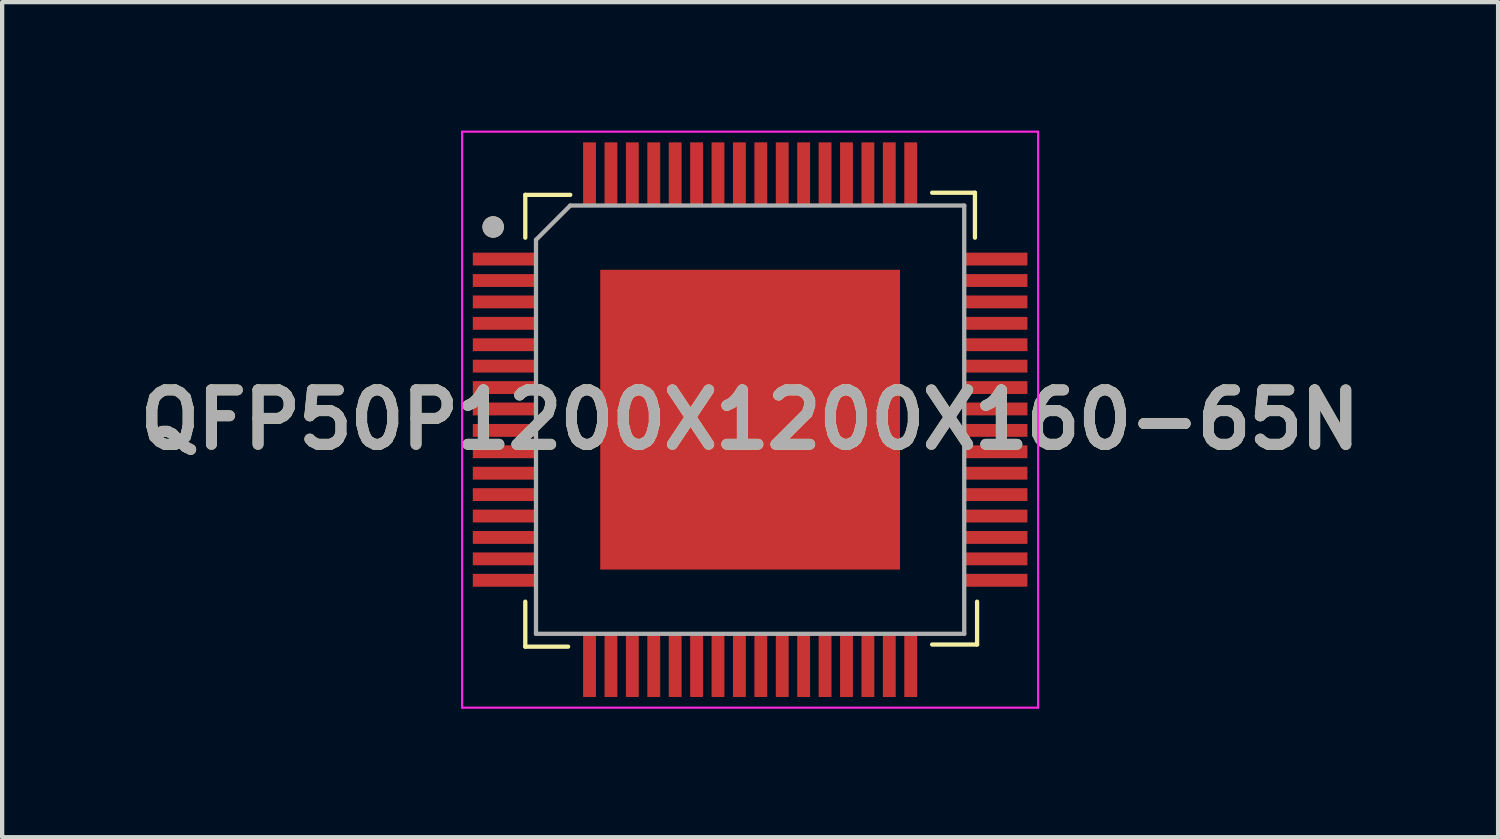
<source format=kicad_pcb>
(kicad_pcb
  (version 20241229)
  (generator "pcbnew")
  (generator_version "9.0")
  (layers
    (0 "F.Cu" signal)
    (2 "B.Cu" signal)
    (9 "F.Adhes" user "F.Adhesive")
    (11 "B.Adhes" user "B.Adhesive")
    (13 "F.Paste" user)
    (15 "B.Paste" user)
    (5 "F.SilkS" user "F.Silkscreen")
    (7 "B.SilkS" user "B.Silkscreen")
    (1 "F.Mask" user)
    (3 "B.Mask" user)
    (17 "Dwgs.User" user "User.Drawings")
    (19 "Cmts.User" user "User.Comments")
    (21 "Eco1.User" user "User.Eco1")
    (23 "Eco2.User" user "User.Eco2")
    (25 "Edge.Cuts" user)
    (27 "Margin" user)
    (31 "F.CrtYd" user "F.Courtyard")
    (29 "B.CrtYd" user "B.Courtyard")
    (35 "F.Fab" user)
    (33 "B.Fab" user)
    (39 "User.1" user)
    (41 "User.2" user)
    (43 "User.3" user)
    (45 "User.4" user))
  (footprint "QFP50P1200X1200X160-65N"
    (layer "F.Cu")
    (at 14.466 6.75)
    (property "Reference" "QFP50P1200X1200X160-65N" (at 0 0 0) (layer "F.SilkS") (effects (font (size 1.27 1.27) (thickness 0.254))))
    (attr smd)
    (fp_line (start -5.25 -5.25) (end -4.2 -5.25) (stroke (width 0.1) (type default)) (layer "F.SilkS"))
    (fp_line (start -5.25 -4.25) (end -5.25 -5.25) (stroke (width 0.1) (type default)) (layer "F.SilkS"))
    (fp_line (start -5.25 5.3) (end -5.25 4.25) (stroke (width 0.1) (type default)) (layer "F.SilkS"))
    (fp_line (start -4.25 5.3) (end -5.25 5.3) (stroke (width 0.1) (type default)) (layer "F.SilkS"))
    (fp_line (start 4.25 -5.3) (end 5.25 -5.3) (stroke (width 0.1) (type default)) (layer "F.SilkS"))
    (fp_line (start 5.25 -5.3) (end 5.25 -4.25) (stroke (width 0.1) (type default)) (layer "F.SilkS"))
    (fp_line (start 5.3 4.25) (end 5.3 5.25) (stroke (width 0.1) (type default)) (layer "F.SilkS"))
    (fp_line (start 5.3 5.25) (end 4.25 5.25) (stroke (width 0.1) (type default)) (layer "F.SilkS"))
    (fp_circle (center -6 -4.5) (end -6 -4.375) (stroke (width 0.25) (type solid)) (fill no) (layer "F.SilkS"))
    (fp_line (start -6.725 -6.725) (end 6.725 -6.725) (stroke (width 0.05) (type solid)) (layer "F.CrtYd"))
    (fp_line (start -6.725 6.725) (end -6.725 -6.725) (stroke (width 0.05) (type solid)) (layer "F.CrtYd"))
    (fp_line (start 6.725 -6.725) (end 6.725 6.725) (stroke (width 0.05) (type solid)) (layer "F.CrtYd"))
    (fp_line (start 6.725 6.725) (end -6.725 6.725) (stroke (width 0.05) (type solid)) (layer "F.CrtYd"))
    (fp_line (start -5 -4.2) (end -4.2 -5) (stroke (width 0.1) (type solid)) (layer "F.Fab"))
    (fp_line (start -5 5) (end -5 -4.2) (stroke (width 0.1) (type solid)) (layer "F.Fab"))
    (fp_line (start -4.2 -5) (end 5 -5) (stroke (width 0.1) (type solid)) (layer "F.Fab"))
    (fp_line (start 5 -5) (end 5 5) (stroke (width 0.1) (type solid)) (layer "F.Fab"))
    (fp_line (start 5 5) (end -5 5) (stroke (width 0.1) (type solid)) (layer "F.Fab"))
    (fp_circle (center -6 -4.5) (end -5.875 -4.5) (stroke (width 0.25) (type solid)) (fill no) (layer "F.Fab"))
    (fp_text user "${REFERENCE}" (at 0 0 0) (layer "F.Fab") (effects (font (size 1.27 1.27) (thickness 0.254))))
    (pad "1" smd rect (at -5.738 -3.75 90) (size 0.3 1.475) (layers "F.Cu" "F.Mask" "F.Paste"))
    (pad "2" smd rect (at -5.738 -3.25 90) (size 0.3 1.475) (layers "F.Cu" "F.Mask" "F.Paste"))
    (pad "3" smd rect (at -5.738 -2.75 90) (size 0.3 1.475) (layers "F.Cu" "F.Mask" "F.Paste"))
    (pad "4" smd rect (at -5.738 -2.25 90) (size 0.3 1.475) (layers "F.Cu" "F.Mask" "F.Paste"))
    (pad "5" smd rect (at -5.738 -1.75 90) (size 0.3 1.475) (layers "F.Cu" "F.Mask" "F.Paste"))
    (pad "6" smd rect (at -5.738 -1.25 90) (size 0.3 1.475) (layers "F.Cu" "F.Mask" "F.Paste"))
    (pad "7" smd rect (at -5.738 -0.75 90) (size 0.3 1.475) (layers "F.Cu" "F.Mask" "F.Paste"))
    (pad "8" smd rect (at -5.738 -0.25 90) (size 0.3 1.475) (layers "F.Cu" "F.Mask" "F.Paste"))
    (pad "9" smd rect (at -5.738 0.25 90) (size 0.3 1.475) (layers "F.Cu" "F.Mask" "F.Paste"))
    (pad "10" smd rect (at -5.738 0.75 90) (size 0.3 1.475) (layers "F.Cu" "F.Mask" "F.Paste"))
    (pad "11" smd rect (at -5.738 1.25 90) (size 0.3 1.475) (layers "F.Cu" "F.Mask" "F.Paste"))
    (pad "12" smd rect (at -5.738 1.75 90) (size 0.3 1.475) (layers "F.Cu" "F.Mask" "F.Paste"))
    (pad "13" smd rect (at -5.738 2.25 90) (size 0.3 1.475) (layers "F.Cu" "F.Mask" "F.Paste"))
    (pad "14" smd rect (at -5.738 2.75 90) (size 0.3 1.475) (layers "F.Cu" "F.Mask" "F.Paste"))
    (pad "15" smd rect (at -5.738 3.25 90) (size 0.3 1.475) (layers "F.Cu" "F.Mask" "F.Paste"))
    (pad "16" smd rect (at -5.738 3.75 90) (size 0.3 1.475) (layers "F.Cu" "F.Mask" "F.Paste"))
    (pad "17" smd rect (at -3.75 5.738) (size 0.3 1.475) (layers "F.Cu" "F.Mask" "F.Paste"))
    (pad "18" smd rect (at -3.25 5.738) (size 0.3 1.475) (layers "F.Cu" "F.Mask" "F.Paste"))
    (pad "19" smd rect (at -2.75 5.738) (size 0.3 1.475) (layers "F.Cu" "F.Mask" "F.Paste"))
    (pad "20" smd rect (at -2.25 5.738) (size 0.3 1.475) (layers "F.Cu" "F.Mask" "F.Paste"))
    (pad "21" smd rect (at -1.75 5.738) (size 0.3 1.475) (layers "F.Cu" "F.Mask" "F.Paste"))
    (pad "22" smd rect (at -1.25 5.738) (size 0.3 1.475) (layers "F.Cu" "F.Mask" "F.Paste"))
    (pad "23" smd rect (at -0.75 5.738) (size 0.3 1.475) (layers "F.Cu" "F.Mask" "F.Paste"))
    (pad "24" smd rect (at -0.25 5.738) (size 0.3 1.475) (layers "F.Cu" "F.Mask" "F.Paste"))
    (pad "25" smd rect (at 0.25 5.738) (size 0.3 1.475) (layers "F.Cu" "F.Mask" "F.Paste"))
    (pad "26" smd rect (at 0.75 5.738) (size 0.3 1.475) (layers "F.Cu" "F.Mask" "F.Paste"))
    (pad "27" smd rect (at 1.25 5.738) (size 0.3 1.475) (layers "F.Cu" "F.Mask" "F.Paste"))
    (pad "28" smd rect (at 1.75 5.738) (size 0.3 1.475) (layers "F.Cu" "F.Mask" "F.Paste"))
    (pad "29" smd rect (at 2.25 5.738) (size 0.3 1.475) (layers "F.Cu" "F.Mask" "F.Paste"))
    (pad "30" smd rect (at 2.75 5.738) (size 0.3 1.475) (layers "F.Cu" "F.Mask" "F.Paste"))
    (pad "31" smd rect (at 3.25 5.738) (size 0.3 1.475) (layers "F.Cu" "F.Mask" "F.Paste"))
    (pad "32" smd rect (at 3.75 5.738) (size 0.3 1.475) (layers "F.Cu" "F.Mask" "F.Paste"))
    (pad "33" smd rect (at 5.738 3.75 90) (size 0.3 1.475) (layers "F.Cu" "F.Mask" "F.Paste"))
    (pad "34" smd rect (at 5.738 3.25 90) (size 0.3 1.475) (layers "F.Cu" "F.Mask" "F.Paste"))
    (pad "35" smd rect (at 5.738 2.75 90) (size 0.3 1.475) (layers "F.Cu" "F.Mask" "F.Paste"))
    (pad "36" smd rect (at 5.738 2.25 90) (size 0.3 1.475) (layers "F.Cu" "F.Mask" "F.Paste"))
    (pad "37" smd rect (at 5.738 1.75 90) (size 0.3 1.475) (layers "F.Cu" "F.Mask" "F.Paste"))
    (pad "38" smd rect (at 5.738 1.25 90) (size 0.3 1.475) (layers "F.Cu" "F.Mask" "F.Paste"))
    (pad "39" smd rect (at 5.738 0.75 90) (size 0.3 1.475) (layers "F.Cu" "F.Mask" "F.Paste"))
    (pad "40" smd rect (at 5.738 0.25 90) (size 0.3 1.475) (layers "F.Cu" "F.Mask" "F.Paste"))
    (pad "41" smd rect (at 5.738 -0.25 90) (size 0.3 1.475) (layers "F.Cu" "F.Mask" "F.Paste"))
    (pad "42" smd rect (at 5.738 -0.75 90) (size 0.3 1.475) (layers "F.Cu" "F.Mask" "F.Paste"))
    (pad "43" smd rect (at 5.738 -1.25 90) (size 0.3 1.475) (layers "F.Cu" "F.Mask" "F.Paste"))
    (pad "44" smd rect (at 5.738 -1.75 90) (size 0.3 1.475) (layers "F.Cu" "F.Mask" "F.Paste"))
    (pad "45" smd rect (at 5.738 -2.25 90) (size 0.3 1.475) (layers "F.Cu" "F.Mask" "F.Paste"))
    (pad "46" smd rect (at 5.738 -2.75 90) (size 0.3 1.475) (layers "F.Cu" "F.Mask" "F.Paste"))
    (pad "47" smd rect (at 5.738 -3.25 90) (size 0.3 1.475) (layers "F.Cu" "F.Mask" "F.Paste"))
    (pad "48" smd rect (at 5.738 -3.75 90) (size 0.3 1.475) (layers "F.Cu" "F.Mask" "F.Paste"))
    (pad "49" smd rect (at 3.75 -5.738) (size 0.3 1.475) (layers "F.Cu" "F.Mask" "F.Paste"))
    (pad "50" smd rect (at 3.25 -5.738) (size 0.3 1.475) (layers "F.Cu" "F.Mask" "F.Paste"))
    (pad "51" smd rect (at 2.75 -5.738) (size 0.3 1.475) (layers "F.Cu" "F.Mask" "F.Paste"))
    (pad "52" smd rect (at 2.25 -5.738) (size 0.3 1.475) (layers "F.Cu" "F.Mask" "F.Paste"))
    (pad "53" smd rect (at 1.75 -5.738) (size 0.3 1.475) (layers "F.Cu" "F.Mask" "F.Paste"))
    (pad "54" smd rect (at 1.25 -5.738) (size 0.3 1.475) (layers "F.Cu" "F.Mask" "F.Paste"))
    (pad "55" smd rect (at 0.75 -5.738) (size 0.3 1.475) (layers "F.Cu" "F.Mask" "F.Paste"))
    (pad "56" smd rect (at 0.25 -5.738) (size 0.3 1.475) (layers "F.Cu" "F.Mask" "F.Paste"))
    (pad "57" smd rect (at -0.25 -5.738) (size 0.3 1.475) (layers "F.Cu" "F.Mask" "F.Paste"))
    (pad "58" smd rect (at -0.75 -5.738) (size 0.3 1.475) (layers "F.Cu" "F.Mask" "F.Paste"))
    (pad "59" smd rect (at -1.25 -5.738) (size 0.3 1.475) (layers "F.Cu" "F.Mask" "F.Paste"))
    (pad "60" smd rect (at -1.75 -5.738) (size 0.3 1.475) (layers "F.Cu" "F.Mask" "F.Paste"))
    (pad "61" smd rect (at -2.25 -5.738) (size 0.3 1.475) (layers "F.Cu" "F.Mask" "F.Paste"))
    (pad "62" smd rect (at -2.75 -5.738) (size 0.3 1.475) (layers "F.Cu" "F.Mask" "F.Paste"))
    (pad "63" smd rect (at -3.25 -5.738) (size 0.3 1.475) (layers "F.Cu" "F.Mask" "F.Paste"))
    (pad "64" smd rect (at -3.75 -5.738) (size 0.3 1.475) (layers "F.Cu" "F.Mask" "F.Paste"))
    (pad "65" smd rect (at 0 0) (size 7 7) (layers "F.Cu" "F.Mask" "F.Paste")))
  (gr_rect
    (start -3 -3)
    (end 31.932 16.5)
    (stroke (width 0.1) (type default))
    (fill no)
    (layer "Edge.Cuts")))
</source>
